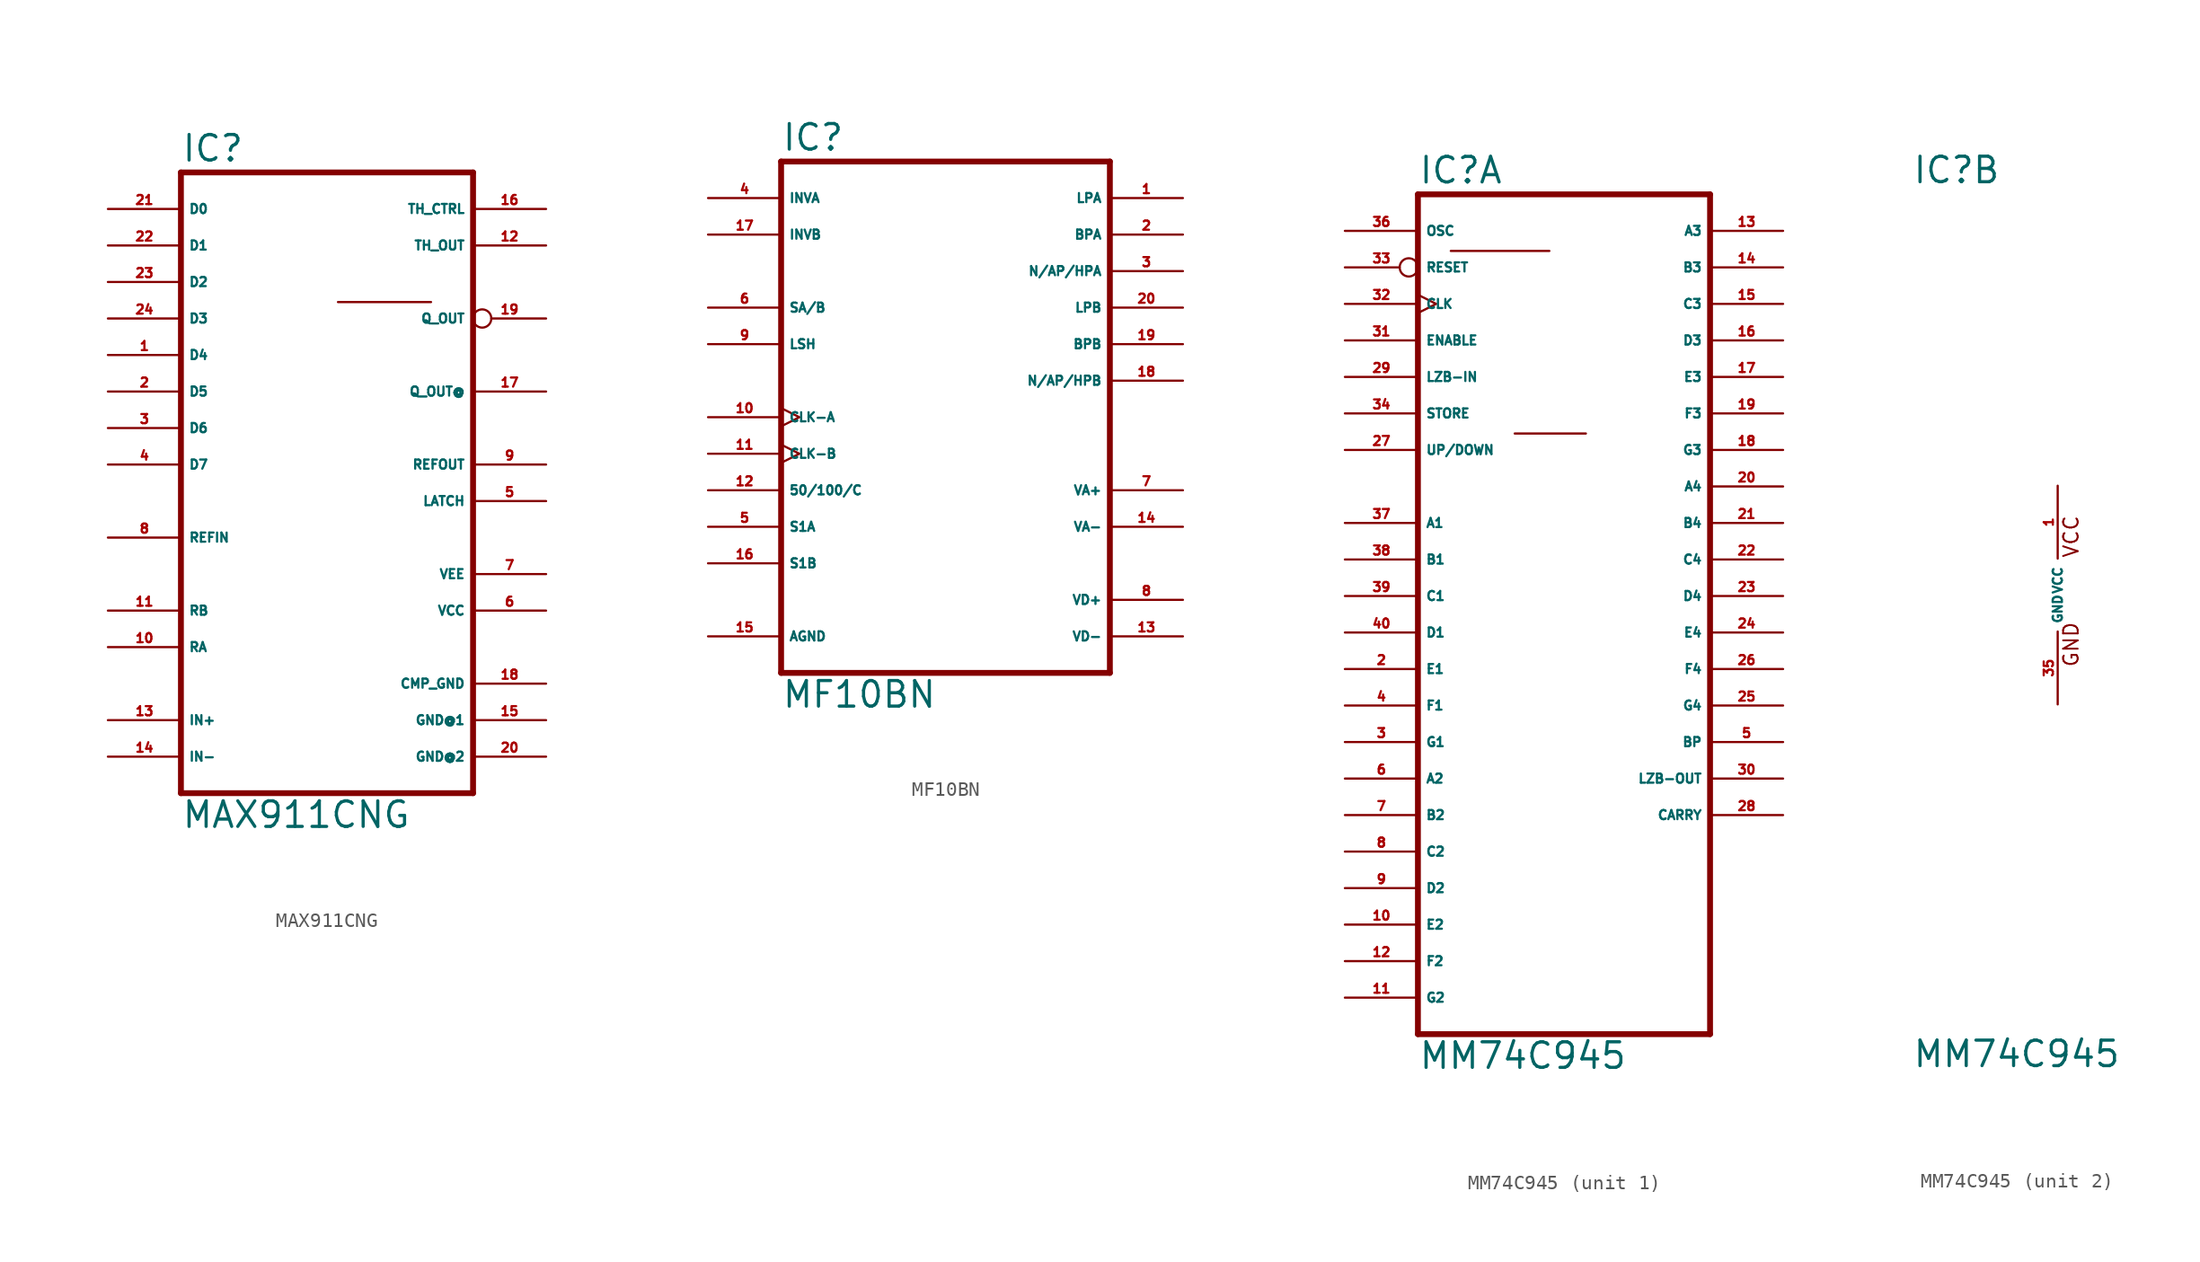
<source format=kicad_sym>
(kicad_symbol_lib
  (version 20220914)
  (generator Eagle2Kicad)
  (symbol "MAX911CNG"
    (property "Reference" "IC"
      (at -10.16 20.955 0)
      (effects (font (size 1.778 1.778) (thickness 0.22)) (justify left bottom)))
    (property "Value" "MAX911CNG"
      (at -10.16 -25.4 0)
      (effects (font (size 1.778 1.778) (thickness 0.22)) (justify left bottom)))
    (polyline
      (pts (xy -10.16 20.32) (xy 10.16 20.32))
      (stroke (width 0.406) (type default))
      (fill (type none)))
    (polyline
      (pts (xy 10.16 -22.86) (xy 10.16 20.32))
      (stroke (width 0.406) (type default))
      (fill (type none)))
    (polyline
      (pts (xy 10.16 -22.86) (xy -10.16 -22.86))
      (stroke (width 0.406) (type default))
      (fill (type none)))
    (polyline
      (pts (xy -10.16 20.32) (xy -10.16 -22.86))
      (stroke (width 0.406) (type default))
      (fill (type none)))
    (polyline
      (pts (xy 0.762 11.303) (xy 7.239 11.303))
      (stroke (width 0.152) (type default))
      (fill (type none)))
    (pin input line
      (at -15.24 7.62 0)
      (length 5.08)
      (name "D4" (effects (font (size 0.635 0.635) (thickness 0.08)) (justify left bottom)))
      (number "1" (effects (font (size 0.635 0.635) (thickness 0.08)) (justify left bottom))))
    (pin input line
      (at -15.24 5.08 0)
      (length 5.08)
      (name "D5" (effects (font (size 0.635 0.635) (thickness 0.08)) (justify left bottom)))
      (number "2" (effects (font (size 0.635 0.635) (thickness 0.08)) (justify left bottom))))
    (pin input line
      (at -15.24 2.54 0)
      (length 5.08)
      (name "D6" (effects (font (size 0.635 0.635) (thickness 0.08)) (justify left bottom)))
      (number "3" (effects (font (size 0.635 0.635) (thickness 0.08)) (justify left bottom))))
    (pin input line
      (at -15.24 0 0)
      (length 5.08)
      (name "D7" (effects (font (size 0.635 0.635) (thickness 0.08)) (justify left bottom)))
      (number "4" (effects (font (size 0.635 0.635) (thickness 0.08)) (justify left bottom))))
    (pin passive line
      (at -15.24 -12.7 0)
      (length 5.08)
      (name "RA" (effects (font (size 0.635 0.635) (thickness 0.08)) (justify left bottom)))
      (number "10" (effects (font (size 0.635 0.635) (thickness 0.08)) (justify left bottom))))
    (pin output line
      (at 15.24 15.24 180)
      (length 5.08)
      (name "TH_OUT" (effects (font (size 0.635 0.635) (thickness 0.08)) (justify left bottom)))
      (number "12" (effects (font (size 0.635 0.635) (thickness 0.08)) (justify left bottom))))
    (pin input line
      (at -15.24 -17.78 0)
      (length 5.08)
      (name "IN+" (effects (font (size 0.635 0.635) (thickness 0.08)) (justify left bottom)))
      (number "13" (effects (font (size 0.635 0.635) (thickness 0.08)) (justify left bottom))))
    (pin input line
      (at -15.24 -20.32 0)
      (length 5.08)
      (name "IN-" (effects (font (size 0.635 0.635) (thickness 0.08)) (justify left bottom)))
      (number "14" (effects (font (size 0.635 0.635) (thickness 0.08)) (justify left bottom))))
    (pin input line
      (at 15.24 17.78 180)
      (length 5.08)
      (name "TH_CTRL" (effects (font (size 0.635 0.635) (thickness 0.08)) (justify left bottom)))
      (number "16" (effects (font (size 0.635 0.635) (thickness 0.08)) (justify left bottom))))
    (pin unspecified line
      (at 15.24 -7.62 180)
      (length 5.08)
      (name "VEE" (effects (font (size 0.635 0.635) (thickness 0.08)) (justify left bottom)))
      (number "7" (effects (font (size 0.635 0.635) (thickness 0.08)) (justify left bottom))))
    (pin output line
      (at 15.24 0 180)
      (length 5.08)
      (name "REFOUT" (effects (font (size 0.635 0.635) (thickness 0.08)) (justify left bottom)))
      (number "9" (effects (font (size 0.635 0.635) (thickness 0.08)) (justify left bottom))))
    (pin input line
      (at -15.24 -5.08 0)
      (length 5.08)
      (name "REFIN" (effects (font (size 0.635 0.635) (thickness 0.08)) (justify left bottom)))
      (number "8" (effects (font (size 0.635 0.635) (thickness 0.08)) (justify left bottom))))
    (pin output inverted
      (at 15.24 10.16 180)
      (length 5.08)
      (name "Q_OUT" (effects (font (size 0.635 0.635) (thickness 0.08)) (justify left bottom)))
      (number "19" (effects (font (size 0.635 0.635) (thickness 0.08)) (justify left bottom))))
    (pin unspecified line
      (at 15.24 -15.24 180)
      (length 5.08)
      (name "CMP_GND" (effects (font (size 0.635 0.635) (thickness 0.08)) (justify left bottom)))
      (number "18" (effects (font (size 0.635 0.635) (thickness 0.08)) (justify left bottom))))
    (pin input line
      (at -15.24 10.16 0)
      (length 5.08)
      (name "D3" (effects (font (size 0.635 0.635) (thickness 0.08)) (justify left bottom)))
      (number "24" (effects (font (size 0.635 0.635) (thickness 0.08)) (justify left bottom))))
    (pin input line
      (at -15.24 12.7 0)
      (length 5.08)
      (name "D2" (effects (font (size 0.635 0.635) (thickness 0.08)) (justify left bottom)))
      (number "23" (effects (font (size 0.635 0.635) (thickness 0.08)) (justify left bottom))))
    (pin input line
      (at -15.24 15.24 0)
      (length 5.08)
      (name "D1" (effects (font (size 0.635 0.635) (thickness 0.08)) (justify left bottom)))
      (number "22" (effects (font (size 0.635 0.635) (thickness 0.08)) (justify left bottom))))
    (pin input line
      (at -15.24 17.78 0)
      (length 5.08)
      (name "D0" (effects (font (size 0.635 0.635) (thickness 0.08)) (justify left bottom)))
      (number "21" (effects (font (size 0.635 0.635) (thickness 0.08)) (justify left bottom))))
    (pin passive line
      (at -15.24 -10.16 0)
      (length 5.08)
      (name "RB" (effects (font (size 0.635 0.635) (thickness 0.08)) (justify left bottom)))
      (number "11" (effects (font (size 0.635 0.635) (thickness 0.08)) (justify left bottom))))
    (pin unspecified line
      (at 15.24 -17.78 180)
      (length 5.08)
      (name "GND@1" (effects (font (size 0.635 0.635) (thickness 0.08)) (justify left bottom)))
      (number "15" (effects (font (size 0.635 0.635) (thickness 0.08)) (justify left bottom))))
    (pin unspecified line
      (at 15.24 -20.32 180)
      (length 5.08)
      (name "GND@2" (effects (font (size 0.635 0.635) (thickness 0.08)) (justify left bottom)))
      (number "20" (effects (font (size 0.635 0.635) (thickness 0.08)) (justify left bottom))))
    (pin unspecified line
      (at 15.24 -10.16 180)
      (length 5.08)
      (name "VCC" (effects (font (size 0.635 0.635) (thickness 0.08)) (justify left bottom)))
      (number "6" (effects (font (size 0.635 0.635) (thickness 0.08)) (justify left bottom))))
    (pin passive line
      (at 15.24 -2.54 180)
      (length 5.08)
      (name "LATCH" (effects (font (size 0.635 0.635) (thickness 0.08)) (justify left bottom)))
      (number "5" (effects (font (size 0.635 0.635) (thickness 0.08)) (justify left bottom))))
    (pin output line
      (at 15.24 5.08 180)
      (length 5.08)
      (name "Q_OUT@" (effects (font (size 0.635 0.635) (thickness 0.08)) (justify left bottom)))
      (number "17" (effects (font (size 0.635 0.635) (thickness 0.08)) (justify left bottom)))))
  (symbol "MF10BN"
    (property "Reference" "IC"
      (at -12.7 18.415 0)
      (effects (font (size 1.778 1.778) (thickness 0.22)) (justify left bottom)))
    (property "Value" "MF10BN"
      (at -12.7 -20.32 0)
      (effects (font (size 1.778 1.778) (thickness 0.22)) (justify left bottom)))
    (polyline
      (pts (xy -12.7 -17.78) (xy 10.16 -17.78))
      (stroke (width 0.406) (type default))
      (fill (type none)))
    (polyline
      (pts (xy 10.16 17.78) (xy 10.16 -17.78))
      (stroke (width 0.406) (type default))
      (fill (type none)))
    (polyline
      (pts (xy 10.16 17.78) (xy -12.7 17.78))
      (stroke (width 0.406) (type default))
      (fill (type none)))
    (polyline
      (pts (xy -12.7 -17.78) (xy -12.7 17.78))
      (stroke (width 0.406) (type default))
      (fill (type none)))
    (pin output line
      (at 15.24 15.24 180)
      (length 5.08)
      (name "LPA" (effects (font (size 0.635 0.635) (thickness 0.08)) (justify left bottom)))
      (number "1" (effects (font (size 0.635 0.635) (thickness 0.08)) (justify left bottom))))
    (pin output line
      (at 15.24 12.7 180)
      (length 5.08)
      (name "BPA" (effects (font (size 0.635 0.635) (thickness 0.08)) (justify left bottom)))
      (number "2" (effects (font (size 0.635 0.635) (thickness 0.08)) (justify left bottom))))
    (pin output line
      (at 15.24 10.16 180)
      (length 5.08)
      (name "N/AP/HPA" (effects (font (size 0.635 0.635) (thickness 0.08)) (justify left bottom)))
      (number "3" (effects (font (size 0.635 0.635) (thickness 0.08)) (justify left bottom))))
    (pin output line
      (at 15.24 7.62 180)
      (length 5.08)
      (name "LPB" (effects (font (size 0.635 0.635) (thickness 0.08)) (justify left bottom)))
      (number "20" (effects (font (size 0.635 0.635) (thickness 0.08)) (justify left bottom))))
    (pin output line
      (at 15.24 5.08 180)
      (length 5.08)
      (name "BPB" (effects (font (size 0.635 0.635) (thickness 0.08)) (justify left bottom)))
      (number "19" (effects (font (size 0.635 0.635) (thickness 0.08)) (justify left bottom))))
    (pin output line
      (at 15.24 2.54 180)
      (length 5.08)
      (name "N/AP/HPB" (effects (font (size 0.635 0.635) (thickness 0.08)) (justify left bottom)))
      (number "18" (effects (font (size 0.635 0.635) (thickness 0.08)) (justify left bottom))))
    (pin input line
      (at -17.78 15.24 0)
      (length 5.08)
      (name "INVA" (effects (font (size 0.635 0.635) (thickness 0.08)) (justify left bottom)))
      (number "4" (effects (font (size 0.635 0.635) (thickness 0.08)) (justify left bottom))))
    (pin input line
      (at -17.78 12.7 0)
      (length 5.08)
      (name "INVB" (effects (font (size 0.635 0.635) (thickness 0.08)) (justify left bottom)))
      (number "17" (effects (font (size 0.635 0.635) (thickness 0.08)) (justify left bottom))))
    (pin input line
      (at -17.78 -7.62 0)
      (length 5.08)
      (name "S1A" (effects (font (size 0.635 0.635) (thickness 0.08)) (justify left bottom)))
      (number "5" (effects (font (size 0.635 0.635) (thickness 0.08)) (justify left bottom))))
    (pin input line
      (at -17.78 -10.16 0)
      (length 5.08)
      (name "S1B" (effects (font (size 0.635 0.635) (thickness 0.08)) (justify left bottom)))
      (number "16" (effects (font (size 0.635 0.635) (thickness 0.08)) (justify left bottom))))
    (pin input line
      (at -17.78 7.62 0)
      (length 5.08)
      (name "SA/B" (effects (font (size 0.635 0.635) (thickness 0.08)) (justify left bottom)))
      (number "6" (effects (font (size 0.635 0.635) (thickness 0.08)) (justify left bottom))))
    (pin unspecified line
      (at 15.24 -5.08 180)
      (length 5.08)
      (name "VA+" (effects (font (size 0.635 0.635) (thickness 0.08)) (justify left bottom)))
      (number "7" (effects (font (size 0.635 0.635) (thickness 0.08)) (justify left bottom))))
    (pin unspecified line
      (at 15.24 -15.24 180)
      (length 5.08)
      (name "VD-" (effects (font (size 0.635 0.635) (thickness 0.08)) (justify left bottom)))
      (number "13" (effects (font (size 0.635 0.635) (thickness 0.08)) (justify left bottom))))
    (pin unspecified line
      (at 15.24 -7.62 180)
      (length 5.08)
      (name "VA-" (effects (font (size 0.635 0.635) (thickness 0.08)) (justify left bottom)))
      (number "14" (effects (font (size 0.635 0.635) (thickness 0.08)) (justify left bottom))))
    (pin unspecified line
      (at 15.24 -12.7 180)
      (length 5.08)
      (name "VD+" (effects (font (size 0.635 0.635) (thickness 0.08)) (justify left bottom)))
      (number "8" (effects (font (size 0.635 0.635) (thickness 0.08)) (justify left bottom))))
    (pin input line
      (at -17.78 5.08 0)
      (length 5.08)
      (name "LSH" (effects (font (size 0.635 0.635) (thickness 0.08)) (justify left bottom)))
      (number "9" (effects (font (size 0.635 0.635) (thickness 0.08)) (justify left bottom))))
    (pin input clock
      (at -17.78 0 0)
      (length 5.08)
      (name "CLK-A" (effects (font (size 0.635 0.635) (thickness 0.08)) (justify left bottom)))
      (number "10" (effects (font (size 0.635 0.635) (thickness 0.08)) (justify left bottom))))
    (pin input clock
      (at -17.78 -2.54 0)
      (length 5.08)
      (name "CLK-B" (effects (font (size 0.635 0.635) (thickness 0.08)) (justify left bottom)))
      (number "11" (effects (font (size 0.635 0.635) (thickness 0.08)) (justify left bottom))))
    (pin input line
      (at -17.78 -5.08 0)
      (length 5.08)
      (name "50/100/C" (effects (font (size 0.635 0.635) (thickness 0.08)) (justify left bottom)))
      (number "12" (effects (font (size 0.635 0.635) (thickness 0.08)) (justify left bottom))))
    (pin unspecified line
      (at -17.78 -15.24 0)
      (length 5.08)
      (name "AGND" (effects (font (size 0.635 0.635) (thickness 0.08)) (justify left bottom)))
      (number "15" (effects (font (size 0.635 0.635) (thickness 0.08)) (justify left bottom)))))
  (symbol "MM74C945"
    (property "Reference" "IC"
      (at -10.16 28.575 0)
      (effects (font (size 1.778 1.778) (thickness 0.22)) (justify left bottom)))
    (property "Value" "MM74C945"
      (at -10.16 -33.02 0)
      (effects (font (size 1.778 1.778) (thickness 0.22)) (justify left bottom)))
    (symbol "MM74C945_1_0"
      (polyline (pts (xy -10.16 -30.48) (xy 10.16 -30.48)) (stroke (width 0.406) (type default)) (fill (type none)))
      (polyline (pts (xy 10.16 27.94) (xy 10.16 -30.48)) (stroke (width 0.406) (type default)) (fill (type none)))
      (polyline (pts (xy 10.16 27.94) (xy -10.16 27.94)) (stroke (width 0.406) (type default)) (fill (type none)))
      (polyline (pts (xy -10.16 -30.48) (xy -10.16 27.94)) (stroke (width 0.406) (type default)) (fill (type none)))
      (polyline (pts (xy -3.429 11.303) (xy 1.524 11.303)) (stroke (width 0.152) (type default)) (fill (type none)))
      (polyline (pts (xy -7.874 24.003) (xy -1.016 24.003)) (stroke (width 0.152) (type default)) (fill (type none)))
      (pin output line (at -15.24 -12.7 0) (length 5.08) (name "A2" (effects (font (size 0.635 0.635) (thickness 0.08)) (justify left bottom))) (number "6" (effects (font (size 0.635 0.635) (thickness 0.08)) (justify left bottom))))
      (pin output line (at -15.24 -15.24 0) (length 5.08) (name "B2" (effects (font (size 0.635 0.635) (thickness 0.08)) (justify left bottom))) (number "7" (effects (font (size 0.635 0.635) (thickness 0.08)) (justify left bottom))))
      (pin output line (at -15.24 -17.78 0) (length 5.08) (name "C2" (effects (font (size 0.635 0.635) (thickness 0.08)) (justify left bottom))) (number "8" (effects (font (size 0.635 0.635) (thickness 0.08)) (justify left bottom))))
      (pin output line (at -15.24 -20.32 0) (length 5.08) (name "D2" (effects (font (size 0.635 0.635) (thickness 0.08)) (justify left bottom))) (number "9" (effects (font (size 0.635 0.635) (thickness 0.08)) (justify left bottom))))
      (pin output line (at -15.24 -22.86 0) (length 5.08) (name "E2" (effects (font (size 0.635 0.635) (thickness 0.08)) (justify left bottom))) (number "10" (effects (font (size 0.635 0.635) (thickness 0.08)) (justify left bottom))))
      (pin output line (at -15.24 -25.4 0) (length 5.08) (name "F2" (effects (font (size 0.635 0.635) (thickness 0.08)) (justify left bottom))) (number "12" (effects (font (size 0.635 0.635) (thickness 0.08)) (justify left bottom))))
      (pin output line (at -15.24 -27.94 0) (length 5.08) (name "G2" (effects (font (size 0.635 0.635) (thickness 0.08)) (justify left bottom))) (number "11" (effects (font (size 0.635 0.635) (thickness 0.08)) (justify left bottom))))
      (pin output line (at 15.24 25.4 180) (length 5.08) (name "A3" (effects (font (size 0.635 0.635) (thickness 0.08)) (justify left bottom))) (number "13" (effects (font (size 0.635 0.635) (thickness 0.08)) (justify left bottom))))
      (pin output line (at 15.24 22.86 180) (length 5.08) (name "B3" (effects (font (size 0.635 0.635) (thickness 0.08)) (justify left bottom))) (number "14" (effects (font (size 0.635 0.635) (thickness 0.08)) (justify left bottom))))
      (pin output line (at 15.24 20.32 180) (length 5.08) (name "C3" (effects (font (size 0.635 0.635) (thickness 0.08)) (justify left bottom))) (number "15" (effects (font (size 0.635 0.635) (thickness 0.08)) (justify left bottom))))
      (pin output line (at 15.24 17.78 180) (length 5.08) (name "D3" (effects (font (size 0.635 0.635) (thickness 0.08)) (justify left bottom))) (number "16" (effects (font (size 0.635 0.635) (thickness 0.08)) (justify left bottom))))
      (pin output line (at 15.24 15.24 180) (length 5.08) (name "E3" (effects (font (size 0.635 0.635) (thickness 0.08)) (justify left bottom))) (number "17" (effects (font (size 0.635 0.635) (thickness 0.08)) (justify left bottom))))
      (pin output line (at 15.24 12.7 180) (length 5.08) (name "F3" (effects (font (size 0.635 0.635) (thickness 0.08)) (justify left bottom))) (number "19" (effects (font (size 0.635 0.635) (thickness 0.08)) (justify left bottom))))
      (pin output line (at 15.24 10.16 180) (length 5.08) (name "G3" (effects (font (size 0.635 0.635) (thickness 0.08)) (justify left bottom))) (number "18" (effects (font (size 0.635 0.635) (thickness 0.08)) (justify left bottom))))
      (pin output line (at 15.24 7.62 180) (length 5.08) (name "A4" (effects (font (size 0.635 0.635) (thickness 0.08)) (justify left bottom))) (number "20" (effects (font (size 0.635 0.635) (thickness 0.08)) (justify left bottom))))
      (pin output line (at 15.24 5.08 180) (length 5.08) (name "B4" (effects (font (size 0.635 0.635) (thickness 0.08)) (justify left bottom))) (number "21" (effects (font (size 0.635 0.635) (thickness 0.08)) (justify left bottom))))
      (pin output line (at 15.24 2.54 180) (length 5.08) (name "C4" (effects (font (size 0.635 0.635) (thickness 0.08)) (justify left bottom))) (number "22" (effects (font (size 0.635 0.635) (thickness 0.08)) (justify left bottom))))
      (pin output line (at 15.24 0 180) (length 5.08) (name "D4" (effects (font (size 0.635 0.635) (thickness 0.08)) (justify left bottom))) (number "23" (effects (font (size 0.635 0.635) (thickness 0.08)) (justify left bottom))))
      (pin output line (at 15.24 -2.54 180) (length 5.08) (name "E4" (effects (font (size 0.635 0.635) (thickness 0.08)) (justify left bottom))) (number "24" (effects (font (size 0.635 0.635) (thickness 0.08)) (justify left bottom))))
      (pin output line (at 15.24 -5.08 180) (length 5.08) (name "F4" (effects (font (size 0.635 0.635) (thickness 0.08)) (justify left bottom))) (number "26" (effects (font (size 0.635 0.635) (thickness 0.08)) (justify left bottom))))
      (pin output line (at 15.24 -7.62 180) (length 5.08) (name "G4" (effects (font (size 0.635 0.635) (thickness 0.08)) (justify left bottom))) (number "25" (effects (font (size 0.635 0.635) (thickness 0.08)) (justify left bottom))))
      (pin output line (at -15.24 -10.16 0) (length 5.08) (name "G1" (effects (font (size 0.635 0.635) (thickness 0.08)) (justify left bottom))) (number "3" (effects (font (size 0.635 0.635) (thickness 0.08)) (justify left bottom))))
      (pin output line (at -15.24 -7.62 0) (length 5.08) (name "F1" (effects (font (size 0.635 0.635) (thickness 0.08)) (justify left bottom))) (number "4" (effects (font (size 0.635 0.635) (thickness 0.08)) (justify left bottom))))
      (pin output line (at -15.24 -5.08 0) (length 5.08) (name "E1" (effects (font (size 0.635 0.635) (thickness 0.08)) (justify left bottom))) (number "2" (effects (font (size 0.635 0.635) (thickness 0.08)) (justify left bottom))))
      (pin output line (at -15.24 -2.54 0) (length 5.08) (name "D1" (effects (font (size 0.635 0.635) (thickness 0.08)) (justify left bottom))) (number "40" (effects (font (size 0.635 0.635) (thickness 0.08)) (justify left bottom))))
      (pin output line (at -15.24 0 0) (length 5.08) (name "C1" (effects (font (size 0.635 0.635) (thickness 0.08)) (justify left bottom))) (number "39" (effects (font (size 0.635 0.635) (thickness 0.08)) (justify left bottom))))
      (pin output line (at -15.24 2.54 0) (length 5.08) (name "B1" (effects (font (size 0.635 0.635) (thickness 0.08)) (justify left bottom))) (number "38" (effects (font (size 0.635 0.635) (thickness 0.08)) (justify left bottom))))
      (pin output line (at -15.24 5.08 0) (length 5.08) (name "A1" (effects (font (size 0.635 0.635) (thickness 0.08)) (justify left bottom))) (number "37" (effects (font (size 0.635 0.635) (thickness 0.08)) (justify left bottom))))
      (pin passive line (at -15.24 25.4 0) (length 5.08) (name "OSC" (effects (font (size 0.635 0.635) (thickness 0.08)) (justify left bottom))) (number "36" (effects (font (size 0.635 0.635) (thickness 0.08)) (justify left bottom))))
      (pin bidirectional line (at 15.24 -10.16 180) (length 5.08) (name "BP" (effects (font (size 0.635 0.635) (thickness 0.08)) (justify left bottom))) (number "5" (effects (font (size 0.635 0.635) (thickness 0.08)) (justify left bottom))))
      (pin output line (at 15.24 -12.7 180) (length 5.08) (name "LZB-OUT" (effects (font (size 0.635 0.635) (thickness 0.08)) (justify left bottom))) (number "30" (effects (font (size 0.635 0.635) (thickness 0.08)) (justify left bottom))))
      (pin input line (at -15.24 15.24 0) (length 5.08) (name "LZB-IN" (effects (font (size 0.635 0.635) (thickness 0.08)) (justify left bottom))) (number "29" (effects (font (size 0.635 0.635) (thickness 0.08)) (justify left bottom))))
      (pin input line (at -15.24 17.78 0) (length 5.08) (name "ENABLE" (effects (font (size 0.635 0.635) (thickness 0.08)) (justify left bottom))) (number "31" (effects (font (size 0.635 0.635) (thickness 0.08)) (justify left bottom))))
      (pin input clock (at -15.24 20.32 0) (length 5.08) (name "CLK" (effects (font (size 0.635 0.635) (thickness 0.08)) (justify left bottom))) (number "32" (effects (font (size 0.635 0.635) (thickness 0.08)) (justify left bottom))))
      (pin output line (at 15.24 -15.24 180) (length 5.08) (name "CARRY" (effects (font (size 0.635 0.635) (thickness 0.08)) (justify left bottom))) (number "28" (effects (font (size 0.635 0.635) (thickness 0.08)) (justify left bottom))))
      (pin input line (at -15.24 12.7 0) (length 5.08) (name "STORE" (effects (font (size 0.635 0.635) (thickness 0.08)) (justify left bottom))) (number "34" (effects (font (size 0.635 0.635) (thickness 0.08)) (justify left bottom))))
      (pin input inverted (at -15.24 22.86 0) (length 5.08) (name "RESET" (effects (font (size 0.635 0.635) (thickness 0.08)) (justify left bottom))) (number "33" (effects (font (size 0.635 0.635) (thickness 0.08)) (justify left bottom))))
      (pin input line (at -15.24 10.16 0) (length 5.08) (name "UP/DOWN" (effects (font (size 0.635 0.635) (thickness 0.08)) (justify left bottom))) (number "27" (effects (font (size 0.635 0.635) (thickness 0.08)) (justify left bottom)))))
    (symbol "MM74C945_2_0"
      (text "GND" (at 1.524 -5.08 900) (effects (font (size 1.016 1.016) (thickness 0.13)) (justify left bottom)))
      (text "VCC" (at 1.524 2.54 900) (effects (font (size 1.016 1.016) (thickness 0.13)) (justify left bottom)))
      (pin unspecified line (at 0 7.62 270) (length 5.08) (name "VCC" (effects (font (size 0.635 0.635) (thickness 0.08)) (justify left bottom))) (number "1" (effects (font (size 0.635 0.635) (thickness 0.08)) (justify left bottom))))
      (pin unspecified line (at 0 -7.62 90) (length 5.08) (name "GND" (effects (font (size 0.635 0.635) (thickness 0.08)) (justify left bottom))) (number "35" (effects (font (size 0.635 0.635) (thickness 0.08)) (justify left bottom)))))))
</source>
